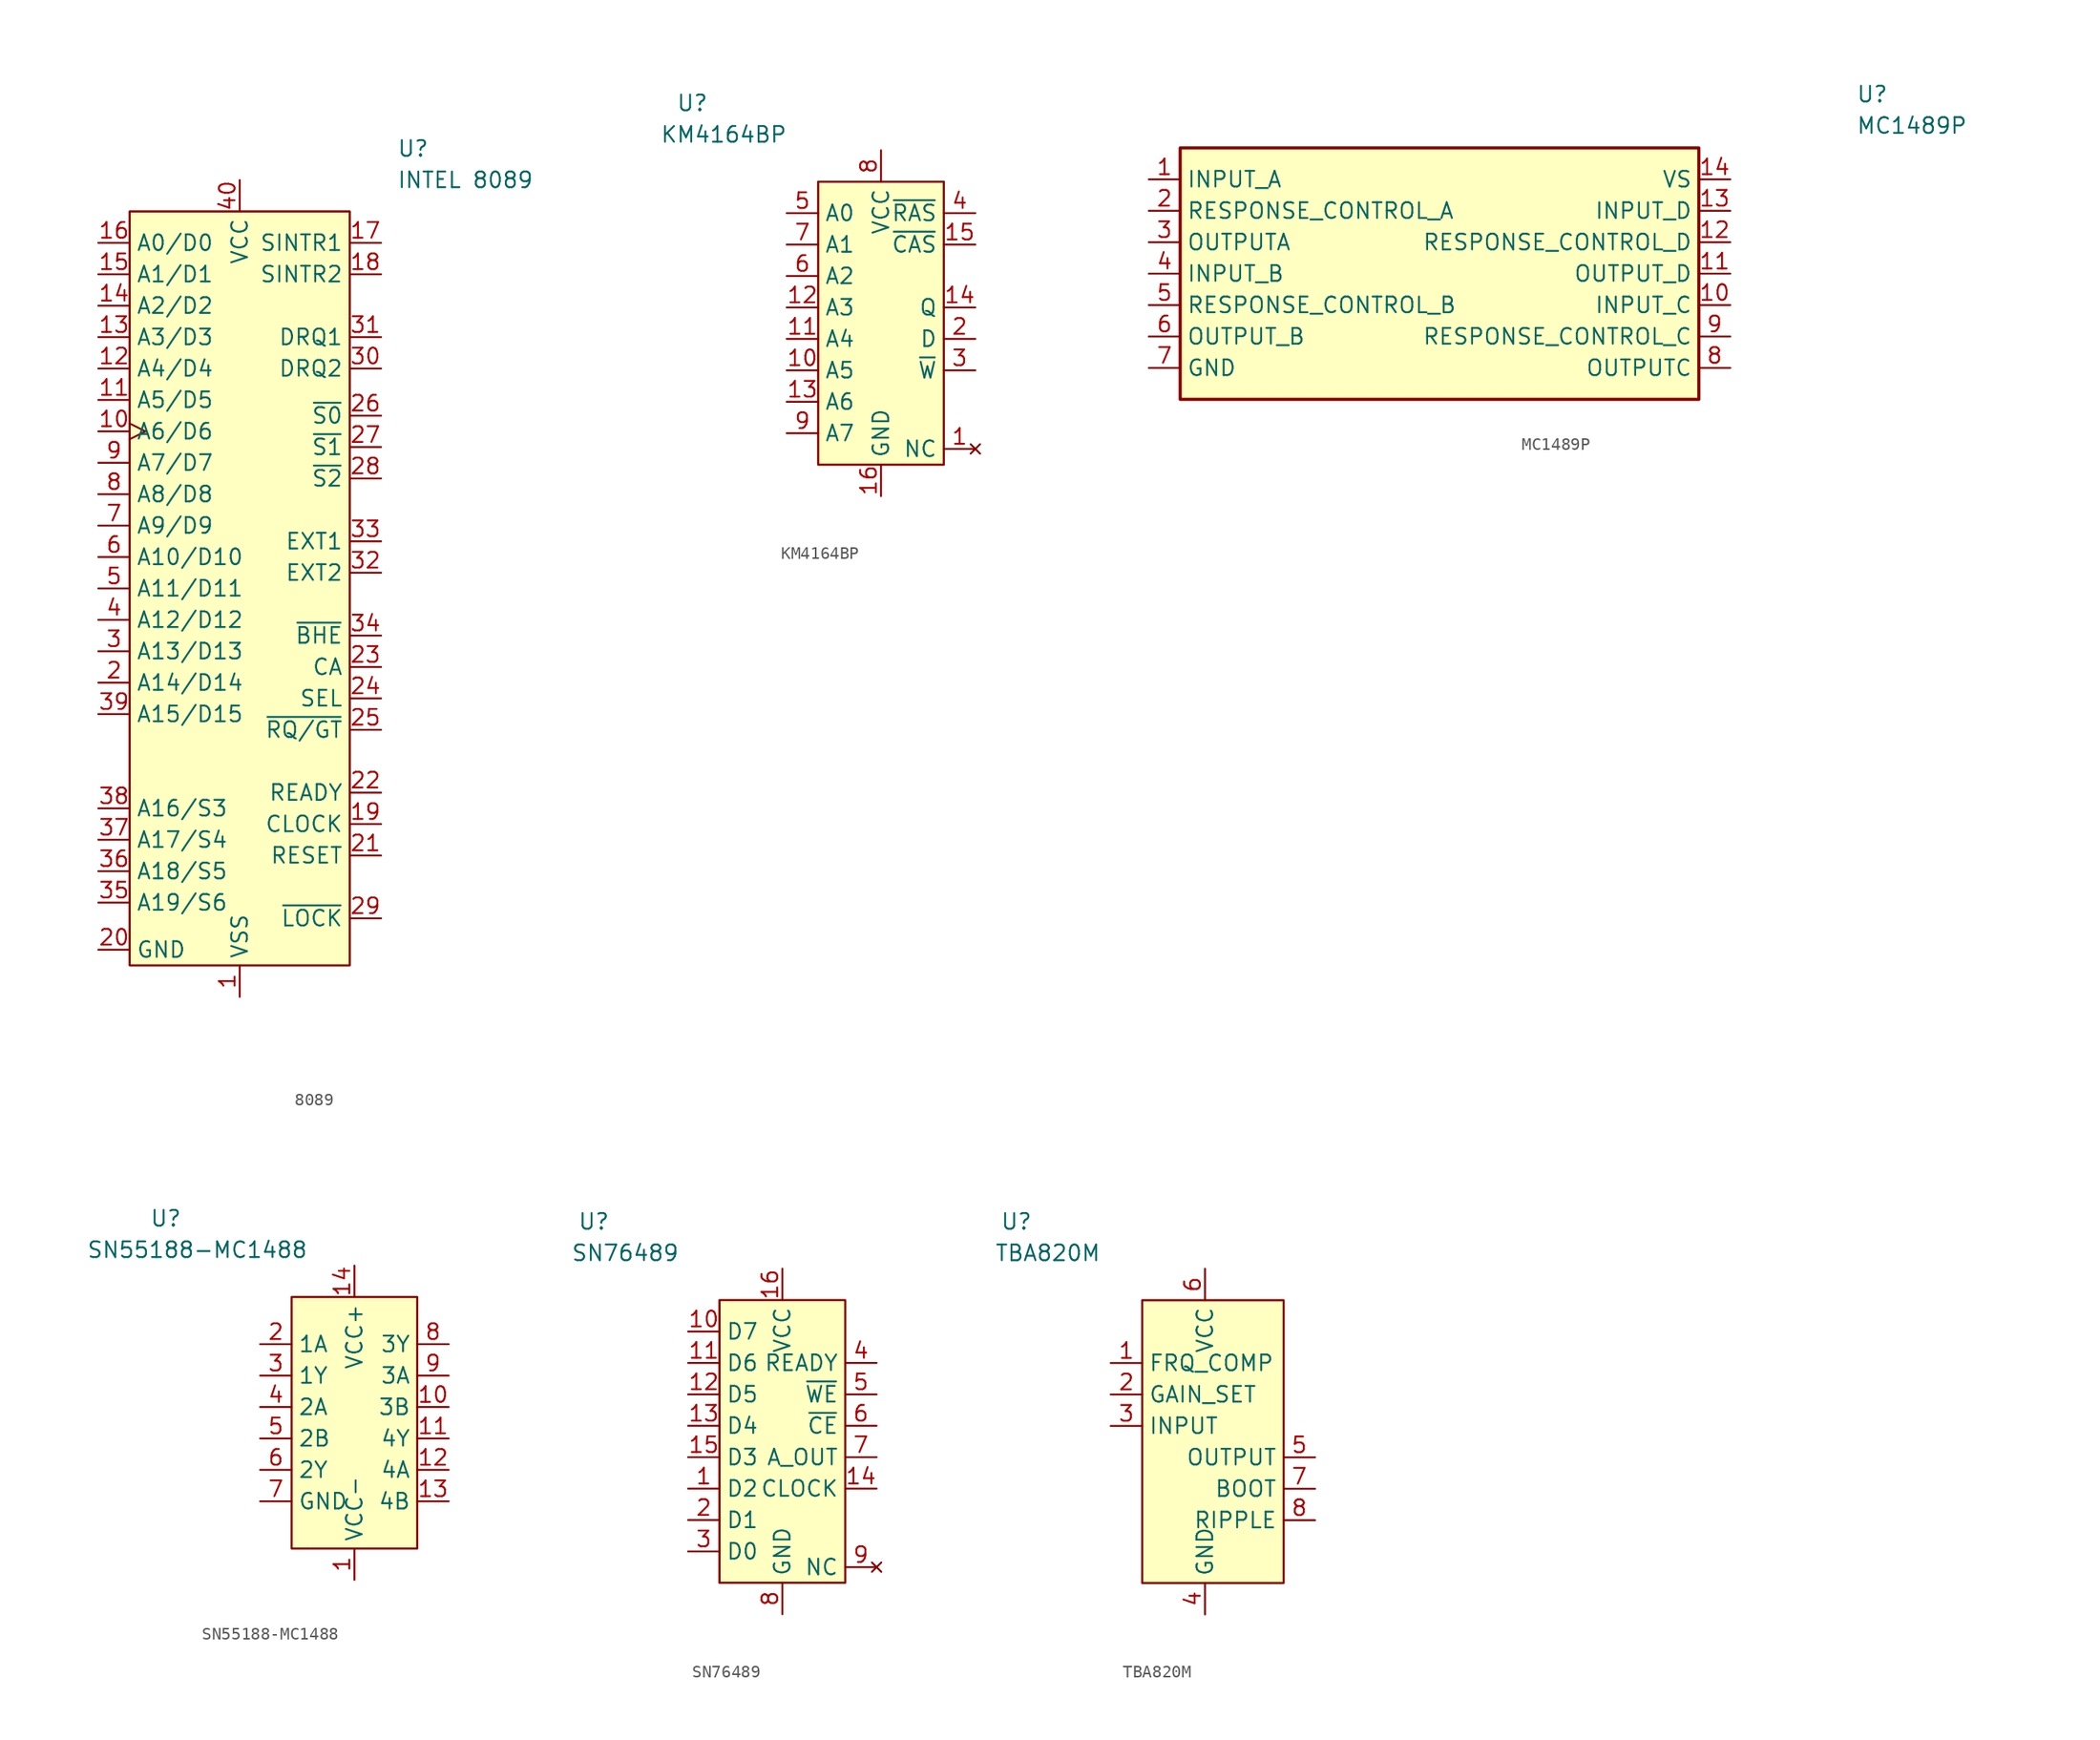
<source format=kicad_sym>
(kicad_symbol_lib
  (version 20220914)
  (generator kicad_symbol_editor)
  (symbol "8089"
    (property "Reference" "U"
      (at 24.13 7.62 0)
      (effects (font (size 1.27 1.27)) (justify left)))
    (property "Value" "INTEL 8089"
      (at 24.13 5.08 0)
      (effects (font (size 1.27 1.27)) (justify left)))
    (symbol "8089_0_0"
      (pin power_in line (at 11.43 -60.96 90) (length 2.54) (name "VSS" (effects (font (size 1.27 1.27)))) (number "1" (effects (font (size 1.27 1.27)))))
      (pin bidirectional clock (at 0 -15.24 0) (length 2.54) (name "A6/D6" (effects (font (size 1.27 1.27)))) (number "10" (effects (font (size 1.27 1.27)))))
      (pin bidirectional line (at 0 -12.7 0) (length 2.54) (name "A5/D5" (effects (font (size 1.27 1.27)))) (number "11" (effects (font (size 1.27 1.27)))))
      (pin bidirectional line (at 0 -10.16 0) (length 2.54) (name "A4/D4" (effects (font (size 1.27 1.27)))) (number "12" (effects (font (size 1.27 1.27)))))
      (pin bidirectional line (at 0 -7.62 0) (length 2.54) (name "A3/D3" (effects (font (size 1.27 1.27)))) (number "13" (effects (font (size 1.27 1.27)))))
      (pin bidirectional line (at 0 -5.08 0) (length 2.54) (name "A2/D2" (effects (font (size 1.27 1.27)))) (number "14" (effects (font (size 1.27 1.27)))))
      (pin bidirectional line (at 0 -2.54 0) (length 2.54) (name "A1/D1" (effects (font (size 1.27 1.27)))) (number "15" (effects (font (size 1.27 1.27)))))
      (pin bidirectional line (at 0 0 0) (length 2.54) (name "A0/D0" (effects (font (size 1.27 1.27)))) (number "16" (effects (font (size 1.27 1.27)))))
      (pin output line (at 22.86 0 180) (length 2.54) (name "SINTR1" (effects (font (size 1.27 1.27)))) (number "17" (effects (font (size 1.27 1.27)))))
      (pin output line (at 22.86 -2.54 180) (length 2.54) (name "SINTR2" (effects (font (size 1.27 1.27)))) (number "18" (effects (font (size 1.27 1.27)))))
      (pin input line (at 22.86 -46.99 180) (length 2.54) (name "CLOCK" (effects (font (size 1.27 1.27)))) (number "19" (effects (font (size 1.27 1.27)))))
      (pin bidirectional line (at 0 -35.56 0) (length 2.54) (name "A14/D14" (effects (font (size 1.27 1.27)))) (number "2" (effects (font (size 1.27 1.27)))))
      (pin power_in line (at 0 -57.15 0) (length 2.54) (name "GND" (effects (font (size 1.27 1.27)))) (number "20" (effects (font (size 1.27 1.27)))))
      (pin input line (at 22.86 -49.53 180) (length 2.54) (name "RESET" (effects (font (size 1.27 1.27)))) (number "21" (effects (font (size 1.27 1.27)))))
      (pin input line (at 22.86 -44.45 180) (length 2.54) (name "READY" (effects (font (size 1.27 1.27)))) (number "22" (effects (font (size 1.27 1.27)))))
      (pin input line (at 22.86 -34.29 180) (length 2.54) (name "CA" (effects (font (size 1.27 1.27)))) (number "23" (effects (font (size 1.27 1.27)))))
      (pin input line (at 22.86 -36.83 180) (length 2.54) (name "SEL" (effects (font (size 1.27 1.27)))) (number "24" (effects (font (size 1.27 1.27)))))
      (pin bidirectional line (at 22.86 -39.37 180) (length 2.54) (name "~{RQ/GT}" (effects (font (size 1.27 1.27)))) (number "25" (effects (font (size 1.27 1.27)))))
      (pin output line (at 22.86 -13.97 180) (length 2.54) (name "~{S0}" (effects (font (size 1.27 1.27)))) (number "26" (effects (font (size 1.27 1.27)))))
      (pin output line (at 22.86 -16.51 180) (length 2.54) (name "~{S1}" (effects (font (size 1.27 1.27)))) (number "27" (effects (font (size 1.27 1.27)))))
      (pin output line (at 22.86 -19.05 180) (length 2.54) (name "~{S2}" (effects (font (size 1.27 1.27)))) (number "28" (effects (font (size 1.27 1.27)))))
      (pin output line (at 22.86 -54.61 180) (length 2.54) (name "~{LOCK}" (effects (font (size 1.27 1.27)))) (number "29" (effects (font (size 1.27 1.27)))))
      (pin bidirectional line (at 0 -33.02 0) (length 2.54) (name "A13/D13" (effects (font (size 1.27 1.27)))) (number "3" (effects (font (size 1.27 1.27)))))
      (pin input line (at 22.86 -10.16 180) (length 2.54) (name "DRQ2" (effects (font (size 1.27 1.27)))) (number "30" (effects (font (size 1.27 1.27)))))
      (pin input line (at 22.86 -26.67 180) (length 2.54) (name "EXT2" (effects (font (size 1.27 1.27)))) (number "32" (effects (font (size 1.27 1.27)))))
      (pin input line (at 22.86 -24.13 180) (length 2.54) (name "EXT1" (effects (font (size 1.27 1.27)))) (number "33" (effects (font (size 1.27 1.27)))))
      (pin output line (at 0 -53.34 0) (length 2.54) (name "A19/S6" (effects (font (size 1.27 1.27)))) (number "35" (effects (font (size 1.27 1.27)))))
      (pin output line (at 0 -50.8 0) (length 2.54) (name "A18/S5" (effects (font (size 1.27 1.27)))) (number "36" (effects (font (size 1.27 1.27)))))
      (pin output line (at 0 -48.26 0) (length 2.54) (name "A17/S4" (effects (font (size 1.27 1.27)))) (number "37" (effects (font (size 1.27 1.27)))))
      (pin output line (at 0 -45.72 0) (length 2.54) (name "A16/S3" (effects (font (size 1.27 1.27)))) (number "38" (effects (font (size 1.27 1.27)))))
      (pin bidirectional line (at 0 -38.1 0) (length 2.54) (name "A15/D15" (effects (font (size 1.27 1.27)))) (number "39" (effects (font (size 1.27 1.27)))))
      (pin bidirectional line (at 0 -30.48 0) (length 2.54) (name "A12/D12" (effects (font (size 1.27 1.27)))) (number "4" (effects (font (size 1.27 1.27)))))
      (pin power_in line (at 11.43 5.08 270) (length 2.54) (name "VCC" (effects (font (size 1.27 1.27)))) (number "40" (effects (font (size 1.27 1.27)))))
      (pin bidirectional line (at 0 -27.94 0) (length 2.54) (name "A11/D11" (effects (font (size 1.27 1.27)))) (number "5" (effects (font (size 1.27 1.27)))))
      (pin bidirectional line (at 0 -25.4 0) (length 2.54) (name "A10/D10" (effects (font (size 1.27 1.27)))) (number "6" (effects (font (size 1.27 1.27)))))
      (pin bidirectional line (at 0 -22.86 0) (length 2.54) (name "A9/D9" (effects (font (size 1.27 1.27)))) (number "7" (effects (font (size 1.27 1.27)))))
      (pin bidirectional line (at 0 -20.32 0) (length 2.54) (name "A8/D8" (effects (font (size 1.27 1.27)))) (number "8" (effects (font (size 1.27 1.27))))))
    (symbol "8089_0_1"
      (rectangle (start 2.54 2.54) (end 20.32 -58.42) (stroke (width 0) (type default)) (fill (type none)))
      (rectangle (start 2.54 2.54) (end 20.32 -58.42) (stroke (width 0) (type default)) (fill (type background))))
    (symbol "8089_1_0"
      (pin input line (at 22.86 -7.62 180) (length 2.54) (name "DRQ1" (effects (font (size 1.27 1.27)))) (number "31" (effects (font (size 1.27 1.27)))))
      (pin output line (at 22.86 -31.75 180) (length 2.54) (name "~{BHE}" (effects (font (size 1.27 1.27)))) (number "34" (effects (font (size 1.27 1.27)))))
      (pin bidirectional line (at 0 -17.78 0) (length 2.54) (name "A7/D7" (effects (font (size 1.27 1.27)))) (number "9" (effects (font (size 1.27 1.27)))))))
  (symbol "KM4164BP"
    (property "Reference" "U"
      (at -7.62 6.35 0)
      (effects (font (size 1.27 1.27))))
    (property "Value" "KM4164BP"
      (at -5.08 3.81 0)
      (effects (font (size 1.27 1.27))))
    (symbol "KM4164BP_0_0"
      (pin input line (at 0 -15.24 0) (length 2.54) (name "A5" (effects (font (size 1.27 1.27)))) (number "10" (effects (font (size 1.27 1.27)))))
      (pin input line (at 0 -12.7 0) (length 2.54) (name "A4" (effects (font (size 1.27 1.27)))) (number "11" (effects (font (size 1.27 1.27)))))
      (pin input line (at 0 -10.16 0) (length 2.54) (name "A3" (effects (font (size 1.27 1.27)))) (number "12" (effects (font (size 1.27 1.27)))))
      (pin input line (at 0 -17.78 0) (length 2.54) (name "A6" (effects (font (size 1.27 1.27)))) (number "13" (effects (font (size 1.27 1.27)))))
      (pin input line (at 15.24 -12.7 180) (length 2.54) (name "D" (effects (font (size 1.27 1.27)))) (number "2" (effects (font (size 1.27 1.27)))))
      (pin bidirectional line (at 15.24 -15.24 180) (length 2.54) (name "~{W}" (effects (font (size 1.27 1.27)))) (number "3" (effects (font (size 1.27 1.27)))))
      (pin bidirectional line (at 15.24 -2.54 180) (length 2.54) (name "~{RAS}" (effects (font (size 1.27 1.27)))) (number "4" (effects (font (size 1.27 1.27)))))
      (pin input line (at 0 -2.54 0) (length 2.54) (name "A0" (effects (font (size 1.27 1.27)))) (number "5" (effects (font (size 1.27 1.27)))))
      (pin input line (at 0 -5.08 0) (length 2.54) (name "A1" (effects (font (size 1.27 1.27)))) (number "7" (effects (font (size 1.27 1.27)))))
      (pin power_in line (at 7.62 2.54 270) (length 2.54) (name "VCC" (effects (font (size 1.27 1.27)))) (number "8" (effects (font (size 1.27 1.27)))))
      (pin input line (at 0 -20.32 0) (length 2.54) (name "A7" (effects (font (size 1.27 1.27)))) (number "9" (effects (font (size 1.27 1.27))))))
    (symbol "KM4164BP_0_1"
      (rectangle (start 2.54 0) (end 12.7 -22.86) (stroke (width 0) (type default)) (fill (type none)))
      (rectangle (start 2.54 0) (end 12.7 -22.86) (stroke (width 0) (type default)) (fill (type background))))
    (symbol "KM4164BP_1_0"
      (pin no_connect line (at 15.24 -21.59 180) (length 2.54) (name "NC" (effects (font (size 1.27 1.27)))) (number "1" (effects (font (size 1.27 1.27)))))
      (pin output line (at 15.24 -10.16 180) (length 2.54) (name "Q" (effects (font (size 1.27 1.27)))) (number "14" (effects (font (size 1.27 1.27)))))
      (pin bidirectional line (at 15.24 -5.08 180) (length 2.54) (name "~{CAS}" (effects (font (size 1.27 1.27)))) (number "15" (effects (font (size 1.27 1.27)))))
      (pin power_in line (at 7.62 -25.4 90) (length 2.54) (name "GND" (effects (font (size 1.27 1.27)))) (number "16" (effects (font (size 1.27 1.27)))))
      (pin input line (at 0 -7.62 0) (length 2.54) (name "A2" (effects (font (size 1.27 1.27)))) (number "6" (effects (font (size 1.27 1.27)))))))
  (symbol "MC1489P"
    (property "Reference" "U"
      (at 59.69 7.62 0)
      (effects (font (size 1.27 1.27)) (justify left top)))
    (property "Value" "MC1489P"
      (at 59.69 5.08 0)
      (effects (font (size 1.27 1.27)) (justify left top)))
    (symbol "MC1489P_1_1"
      (rectangle (start 5.08 2.54) (end 46.99 -17.78) (stroke (width 0.254) (type default)) (fill (type background)))
      (pin passive line (at 2.54 0 0) (length 2.54) (name "INPUT_A" (effects (font (size 1.27 1.27)))) (number "1" (effects (font (size 1.27 1.27)))))
      (pin passive line (at 49.53 -10.16 180) (length 2.54) (name "INPUT_C" (effects (font (size 1.27 1.27)))) (number "10" (effects (font (size 1.27 1.27)))))
      (pin passive line (at 49.53 -7.62 180) (length 2.54) (name "OUTPUT_D" (effects (font (size 1.27 1.27)))) (number "11" (effects (font (size 1.27 1.27)))))
      (pin passive line (at 49.53 -5.08 180) (length 2.54) (name "RESPONSE_CONTROL_D" (effects (font (size 1.27 1.27)))) (number "12" (effects (font (size 1.27 1.27)))))
      (pin passive line (at 49.53 -2.54 180) (length 2.54) (name "INPUT_D" (effects (font (size 1.27 1.27)))) (number "13" (effects (font (size 1.27 1.27)))))
      (pin passive line (at 49.53 0 180) (length 2.54) (name "VS" (effects (font (size 1.27 1.27)))) (number "14" (effects (font (size 1.27 1.27)))))
      (pin passive line (at 2.54 -2.54 0) (length 2.54) (name "RESPONSE_CONTROL_A" (effects (font (size 1.27 1.27)))) (number "2" (effects (font (size 1.27 1.27)))))
      (pin passive line (at 2.54 -5.08 0) (length 2.54) (name "OUTPUTA" (effects (font (size 1.27 1.27)))) (number "3" (effects (font (size 1.27 1.27)))))
      (pin passive line (at 2.54 -7.62 0) (length 2.54) (name "INPUT_B" (effects (font (size 1.27 1.27)))) (number "4" (effects (font (size 1.27 1.27)))))
      (pin passive line (at 2.54 -10.16 0) (length 2.54) (name "RESPONSE_CONTROL_B" (effects (font (size 1.27 1.27)))) (number "5" (effects (font (size 1.27 1.27)))))
      (pin passive line (at 2.54 -12.7 0) (length 2.54) (name "OUTPUT_B" (effects (font (size 1.27 1.27)))) (number "6" (effects (font (size 1.27 1.27)))))
      (pin passive line (at 2.54 -15.24 0) (length 2.54) (name "GND" (effects (font (size 1.27 1.27)))) (number "7" (effects (font (size 1.27 1.27)))))
      (pin passive line (at 49.53 -15.24 180) (length 2.54) (name "OUTPUTC" (effects (font (size 1.27 1.27)))) (number "8" (effects (font (size 1.27 1.27)))))
      (pin passive line (at 49.53 -12.7 180) (length 2.54) (name "RESPONSE_CONTROL_C" (effects (font (size 1.27 1.27)))) (number "9" (effects (font (size 1.27 1.27)))))))
  (symbol "SN55188-MC1488"
    (property "Reference" "U"
      (at -7.62 6.35 0)
      (effects (font (size 1.27 1.27))))
    (property "Value" "SN55188-MC1488"
      (at -5.08 3.81 0)
      (effects (font (size 1.27 1.27))))
    (symbol "SN55188-MC1488_0_0"
      (pin power_in line (at 7.62 -22.86 90) (length 2.54) (name "VCC-" (effects (font (size 1.27 1.27)))) (number "1" (effects (font (size 1.27 1.27)))))
      (pin input line (at 15.24 -8.89 180) (length 2.54) (name "3B" (effects (font (size 1.27 1.27)))) (number "10" (effects (font (size 1.27 1.27)))))
      (pin input line (at 15.24 -11.43 180) (length 2.54) (name "4Y" (effects (font (size 1.27 1.27)))) (number "11" (effects (font (size 1.27 1.27)))))
      (pin input line (at 15.24 -13.97 180) (length 2.54) (name "4A" (effects (font (size 1.27 1.27)))) (number "12" (effects (font (size 1.27 1.27)))))
      (pin input line (at 15.24 -16.51 180) (length 2.54) (name "4B" (effects (font (size 1.27 1.27)))) (number "13" (effects (font (size 1.27 1.27)))))
      (pin power_in line (at 7.62 2.54 270) (length 2.54) (name "VCC+" (effects (font (size 1.27 1.27)))) (number "14" (effects (font (size 1.27 1.27)))))
      (pin input line (at 0 -3.81 0) (length 2.54) (name "1A" (effects (font (size 1.27 1.27)))) (number "2" (effects (font (size 1.27 1.27)))))
      (pin input line (at 0 -6.35 0) (length 2.54) (name "1Y" (effects (font (size 1.27 1.27)))) (number "3" (effects (font (size 1.27 1.27)))))
      (pin input line (at 0 -8.89 0) (length 2.54) (name "2A" (effects (font (size 1.27 1.27)))) (number "4" (effects (font (size 1.27 1.27)))))
      (pin input line (at 0 -11.43 0) (length 2.54) (name "2B" (effects (font (size 1.27 1.27)))) (number "5" (effects (font (size 1.27 1.27)))))
      (pin input line (at 0 -13.97 0) (length 2.54) (name "2Y" (effects (font (size 1.27 1.27)))) (number "6" (effects (font (size 1.27 1.27)))))
      (pin unspecified line (at 0 -16.51 0) (length 2.54) (name "GND" (effects (font (size 1.27 1.27)))) (number "7" (effects (font (size 1.27 1.27)))))
      (pin input line (at 15.24 -3.81 180) (length 2.54) (name "3Y" (effects (font (size 1.27 1.27)))) (number "8" (effects (font (size 1.27 1.27)))))
      (pin input line (at 15.24 -6.35 180) (length 2.54) (name "3A" (effects (font (size 1.27 1.27)))) (number "9" (effects (font (size 1.27 1.27))))))
    (symbol "SN55188-MC1488_0_1"
      (rectangle (start 2.54 0) (end 12.7 -20.32) (stroke (width 0) (type default)) (fill (type none)))
      (rectangle (start 2.54 0) (end 12.7 -20.32) (stroke (width 0) (type default)) (fill (type background)))))
  (symbol "SN76489"
    (property "Reference" "U"
      (at -7.62 6.35 0)
      (effects (font (size 1.27 1.27))))
    (property "Value" "SN76489"
      (at -5.08 3.81 0)
      (effects (font (size 1.27 1.27))))
    (symbol "SN76489_0_0"
      (pin input line (at 0 -2.54 0) (length 2.54) (name "D7" (effects (font (size 1.27 1.27)))) (number "10" (effects (font (size 1.27 1.27)))))
      (pin input line (at 0 -5.08 0) (length 2.54) (name "D6" (effects (font (size 1.27 1.27)))) (number "11" (effects (font (size 1.27 1.27)))))
      (pin input line (at 0 -7.62 0) (length 2.54) (name "D5" (effects (font (size 1.27 1.27)))) (number "12" (effects (font (size 1.27 1.27)))))
      (pin input line (at 0 -10.16 0) (length 2.54) (name "D4" (effects (font (size 1.27 1.27)))) (number "13" (effects (font (size 1.27 1.27)))))
      (pin input line (at 15.24 -15.24 180) (length 2.54) (name "CLOCK" (effects (font (size 1.27 1.27)))) (number "14" (effects (font (size 1.27 1.27)))))
      (pin input line (at 0 -17.78 0) (length 2.54) (name "D1" (effects (font (size 1.27 1.27)))) (number "2" (effects (font (size 1.27 1.27)))))
      (pin input line (at 0 -20.32 0) (length 2.54) (name "D0" (effects (font (size 1.27 1.27)))) (number "3" (effects (font (size 1.27 1.27)))))
      (pin output line (at 15.24 -5.08 180) (length 2.54) (name "READY" (effects (font (size 1.27 1.27)))) (number "4" (effects (font (size 1.27 1.27)))))
      (pin input line (at 15.24 -7.62 180) (length 2.54) (name "~{WE}" (effects (font (size 1.27 1.27)))) (number "5" (effects (font (size 1.27 1.27)))))
      (pin input line (at 15.24 -10.16 180) (length 2.54) (name "~{CE}" (effects (font (size 1.27 1.27)))) (number "6" (effects (font (size 1.27 1.27)))))
      (pin power_in line (at 7.62 -25.4 90) (length 2.54) (name "GND" (effects (font (size 1.27 1.27)))) (number "8" (effects (font (size 1.27 1.27)))))
      (pin no_connect line (at 15.24 -21.59 180) (length 2.54) (name "NC" (effects (font (size 1.27 1.27)))) (number "9" (effects (font (size 1.27 1.27))))))
    (symbol "SN76489_0_1"
      (rectangle (start 2.54 0) (end 12.7 -22.86) (stroke (width 0) (type default)) (fill (type none)))
      (rectangle (start 2.54 0) (end 12.7 -22.86) (stroke (width 0) (type default)) (fill (type background))))
    (symbol "SN76489_1_0"
      (pin input line (at 0 -15.24 0) (length 2.54) (name "D2" (effects (font (size 1.27 1.27)))) (number "1" (effects (font (size 1.27 1.27)))))
      (pin input line (at 0 -12.7 0) (length 2.54) (name "D3" (effects (font (size 1.27 1.27)))) (number "15" (effects (font (size 1.27 1.27)))))
      (pin power_in line (at 7.62 2.54 270) (length 2.54) (name "VCC" (effects (font (size 1.27 1.27)))) (number "16" (effects (font (size 1.27 1.27)))))
      (pin output line (at 15.24 -12.7 180) (length 2.54) (name "A_OUT" (effects (font (size 1.27 1.27)))) (number "7" (effects (font (size 1.27 1.27)))))))
  (symbol "TBA820M"
    (property "Reference" "U"
      (at -7.62 6.35 0)
      (effects (font (size 1.27 1.27))))
    (property "Value" "TBA820M"
      (at -5.08 3.81 0)
      (effects (font (size 1.27 1.27))))
    (symbol "TBA820M_0_0"
      (pin input line (at 0 -7.62 0) (length 2.54) (name "GAIN_SET" (effects (font (size 1.27 1.27)))) (number "2" (effects (font (size 1.27 1.27)))))
      (pin input line (at 0 -10.16 0) (length 2.54) (name "INPUT" (effects (font (size 1.27 1.27)))) (number "3" (effects (font (size 1.27 1.27)))))
      (pin power_in line (at 7.62 -25.4 90) (length 2.54) (name "GND" (effects (font (size 1.27 1.27)))) (number "4" (effects (font (size 1.27 1.27)))))
      (pin output line (at 16.51 -12.7 180) (length 2.54) (name "OUTPUT" (effects (font (size 1.27 1.27)))) (number "5" (effects (font (size 1.27 1.27)))))
      (pin power_in line (at 7.62 2.54 270) (length 2.54) (name "VCC" (effects (font (size 1.27 1.27)))) (number "6" (effects (font (size 1.27 1.27)))))
      (pin input line (at 16.51 -17.78 180) (length 2.54) (name "RIPPLE" (effects (font (size 1.27 1.27)))) (number "8" (effects (font (size 1.27 1.27))))))
    (symbol "TBA820M_0_1"
      (rectangle (start 2.54 0) (end 13.97 -22.86) (stroke (width 0) (type default)) (fill (type none)))
      (rectangle (start 2.54 0) (end 13.97 -22.86) (stroke (width 0) (type default)) (fill (type background))))
    (symbol "TBA820M_1_0"
      (pin input line (at 0 -5.08 0) (length 2.54) (name "FRQ_COMP" (effects (font (size 1.27 1.27)))) (number "1" (effects (font (size 1.27 1.27)))))
      (pin input line (at 16.51 -15.24 180) (length 2.54) (name "BOOT" (effects (font (size 1.27 1.27)))) (number "7" (effects (font (size 1.27 1.27))))))))
</source>
